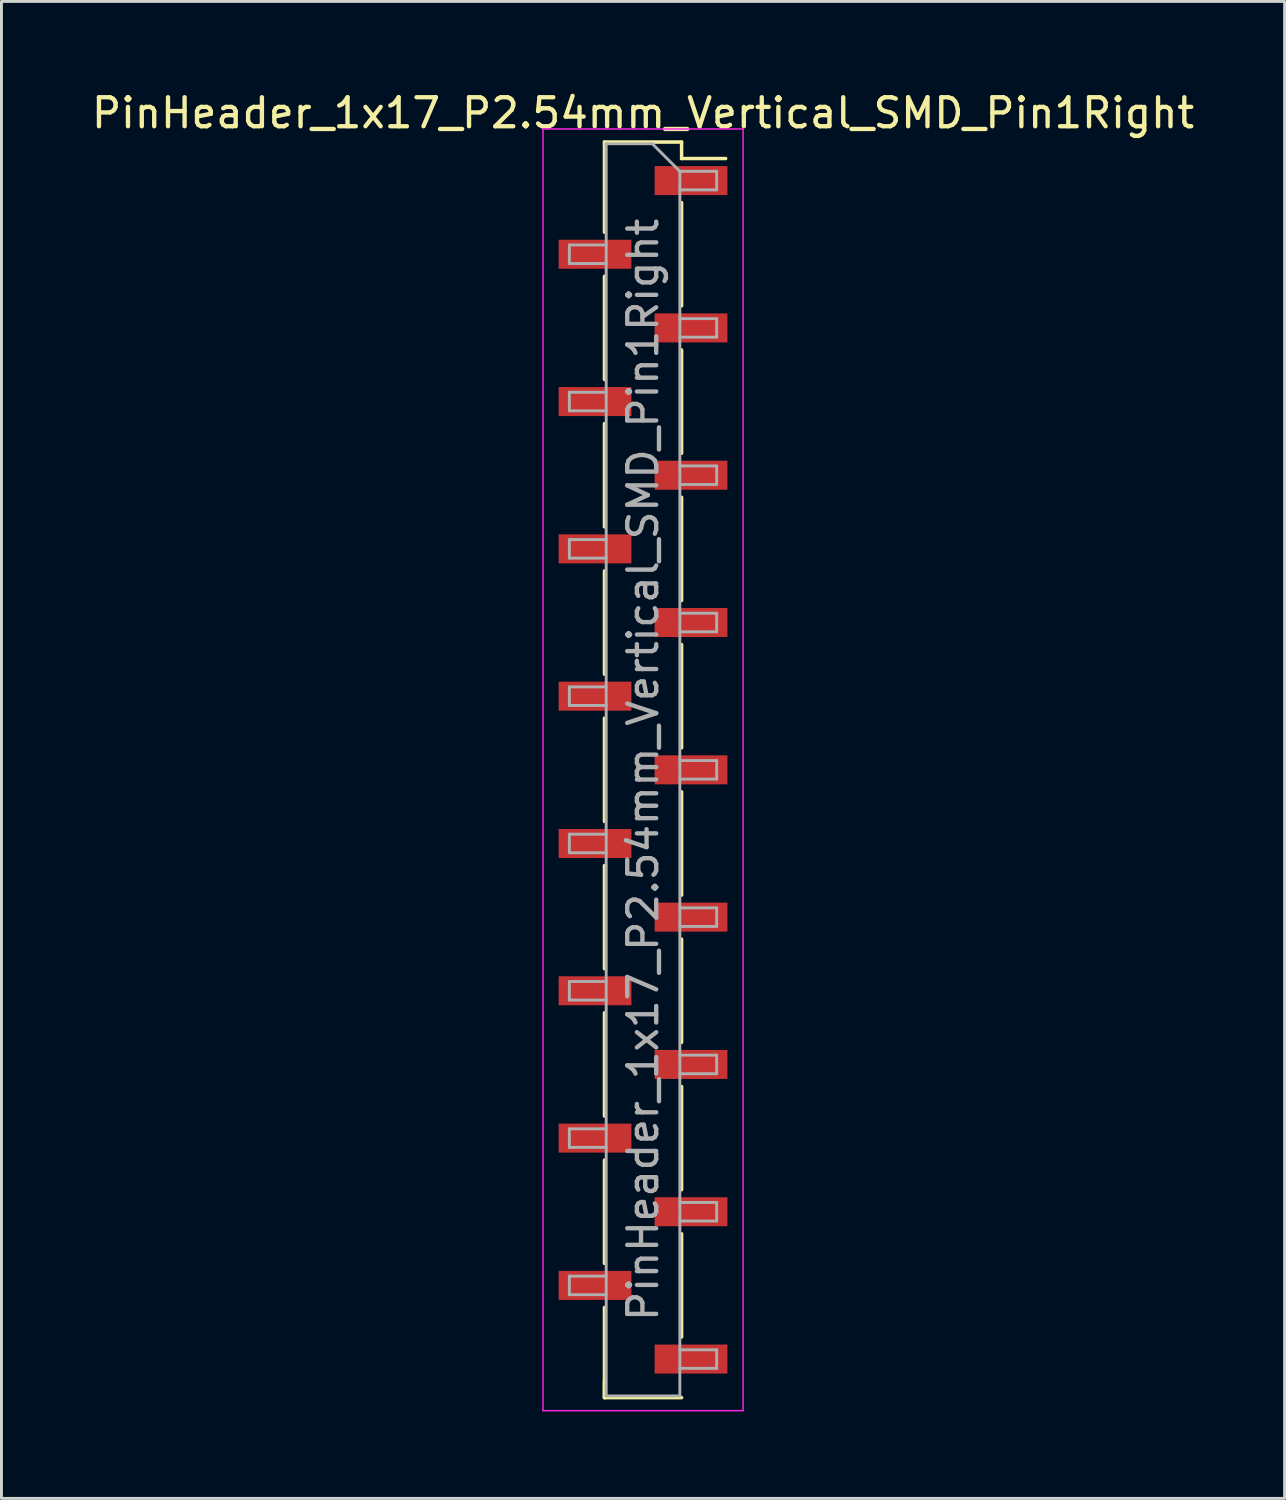
<source format=kicad_pcb>
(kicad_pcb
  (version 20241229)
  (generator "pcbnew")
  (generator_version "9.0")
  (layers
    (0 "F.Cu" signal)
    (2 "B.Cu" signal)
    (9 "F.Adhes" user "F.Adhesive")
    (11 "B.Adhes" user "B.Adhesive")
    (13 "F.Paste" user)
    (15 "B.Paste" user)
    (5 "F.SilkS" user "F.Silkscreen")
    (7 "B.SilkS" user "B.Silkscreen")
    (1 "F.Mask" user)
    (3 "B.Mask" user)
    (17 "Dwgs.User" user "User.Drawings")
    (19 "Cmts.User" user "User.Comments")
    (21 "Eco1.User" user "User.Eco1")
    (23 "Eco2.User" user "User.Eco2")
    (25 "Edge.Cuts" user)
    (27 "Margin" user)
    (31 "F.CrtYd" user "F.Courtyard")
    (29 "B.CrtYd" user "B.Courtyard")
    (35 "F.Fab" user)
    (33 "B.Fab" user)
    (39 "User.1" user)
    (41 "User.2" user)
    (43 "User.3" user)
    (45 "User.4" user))
  (footprint "PinHeader_1x17_P2.54mm_Vertical_SMD_Pin1Right"
    (layer "F.Cu")
    (at 19.125 23.498)
    (property "Reference" "PinHeader_1x17_P2.54mm_Vertical_SMD_Pin1Right" (at 0 -22.65 0) (layer "F.SilkS") (effects (font (size 1 1) (thickness 0.15))))
    (attr smd)
    (fp_line (start -1.33 -21.65) (end -1.33 -18.54) (stroke (width 0.12) (type solid)) (layer "F.SilkS"))
    (fp_line (start -1.33 -21.65) (end 1.33 -21.65) (stroke (width 0.12) (type solid)) (layer "F.SilkS"))
    (fp_line (start -1.33 -17.02) (end -1.33 -13.46) (stroke (width 0.12) (type solid)) (layer "F.SilkS"))
    (fp_line (start -1.33 -11.94) (end -1.33 -8.38) (stroke (width 0.12) (type solid)) (layer "F.SilkS"))
    (fp_line (start -1.33 -6.86) (end -1.33 -3.3) (stroke (width 0.12) (type solid)) (layer "F.SilkS"))
    (fp_line (start -1.33 -1.78) (end -1.33 1.78) (stroke (width 0.12) (type solid)) (layer "F.SilkS"))
    (fp_line (start -1.33 3.3) (end -1.33 6.86) (stroke (width 0.12) (type solid)) (layer "F.SilkS"))
    (fp_line (start -1.33 8.38) (end -1.33 11.94) (stroke (width 0.12) (type solid)) (layer "F.SilkS"))
    (fp_line (start -1.33 13.46) (end -1.33 17.02) (stroke (width 0.12) (type solid)) (layer "F.SilkS"))
    (fp_line (start -1.33 18.54) (end -1.33 21.65) (stroke (width 0.12) (type solid)) (layer "F.SilkS"))
    (fp_line (start -1.33 21.08) (end -1.33 21.65) (stroke (width 0.12) (type solid)) (layer "F.SilkS"))
    (fp_line (start -1.33 21.65) (end 1.33 21.65) (stroke (width 0.12) (type solid)) (layer "F.SilkS"))
    (fp_line (start 1.33 -21.65) (end 1.33 -21.08) (stroke (width 0.12) (type solid)) (layer "F.SilkS"))
    (fp_line (start 1.33 -21.08) (end 2.85 -21.08) (stroke (width 0.12) (type solid)) (layer "F.SilkS"))
    (fp_line (start 1.33 -19.56) (end 1.33 -16) (stroke (width 0.12) (type solid)) (layer "F.SilkS"))
    (fp_line (start 1.33 -14.48) (end 1.33 -10.92) (stroke (width 0.12) (type solid)) (layer "F.SilkS"))
    (fp_line (start 1.33 -9.4) (end 1.33 -5.84) (stroke (width 0.12) (type solid)) (layer "F.SilkS"))
    (fp_line (start 1.33 -4.32) (end 1.33 -0.76) (stroke (width 0.12) (type solid)) (layer "F.SilkS"))
    (fp_line (start 1.33 0.76) (end 1.33 4.32) (stroke (width 0.12) (type solid)) (layer "F.SilkS"))
    (fp_line (start 1.33 5.84) (end 1.33 9.4) (stroke (width 0.12) (type solid)) (layer "F.SilkS"))
    (fp_line (start 1.33 10.92) (end 1.33 14.48) (stroke (width 0.12) (type solid)) (layer "F.SilkS"))
    (fp_line (start 1.33 16) (end 1.33 19.56) (stroke (width 0.12) (type solid)) (layer "F.SilkS"))
    (fp_line (start -3.45 -22.1) (end -3.45 22.1) (stroke (width 0.05) (type solid)) (layer "F.CrtYd"))
    (fp_line (start -3.45 22.1) (end 3.45 22.1) (stroke (width 0.05) (type solid)) (layer "F.CrtYd"))
    (fp_line (start 3.45 -22.1) (end -3.45 -22.1) (stroke (width 0.05) (type solid)) (layer "F.CrtYd"))
    (fp_line (start 3.45 22.1) (end 3.45 -22.1) (stroke (width 0.05) (type solid)) (layer "F.CrtYd"))
    (fp_line (start -2.54 -18.1) (end -2.54 -17.46) (stroke (width 0.1) (type solid)) (layer "F.Fab"))
    (fp_line (start -2.54 -17.46) (end -1.27 -17.46) (stroke (width 0.1) (type solid)) (layer "F.Fab"))
    (fp_line (start -2.54 -13.02) (end -2.54 -12.38) (stroke (width 0.1) (type solid)) (layer "F.Fab"))
    (fp_line (start -2.54 -12.38) (end -1.27 -12.38) (stroke (width 0.1) (type solid)) (layer "F.Fab"))
    (fp_line (start -2.54 -7.94) (end -2.54 -7.3) (stroke (width 0.1) (type solid)) (layer "F.Fab"))
    (fp_line (start -2.54 -7.3) (end -1.27 -7.3) (stroke (width 0.1) (type solid)) (layer "F.Fab"))
    (fp_line (start -2.54 -2.86) (end -2.54 -2.22) (stroke (width 0.1) (type solid)) (layer "F.Fab"))
    (fp_line (start -2.54 -2.22) (end -1.27 -2.22) (stroke (width 0.1) (type solid)) (layer "F.Fab"))
    (fp_line (start -2.54 2.22) (end -2.54 2.86) (stroke (width 0.1) (type solid)) (layer "F.Fab"))
    (fp_line (start -2.54 2.86) (end -1.27 2.86) (stroke (width 0.1) (type solid)) (layer "F.Fab"))
    (fp_line (start -2.54 7.3) (end -2.54 7.94) (stroke (width 0.1) (type solid)) (layer "F.Fab"))
    (fp_line (start -2.54 7.94) (end -1.27 7.94) (stroke (width 0.1) (type solid)) (layer "F.Fab"))
    (fp_line (start -2.54 12.38) (end -2.54 13.02) (stroke (width 0.1) (type solid)) (layer "F.Fab"))
    (fp_line (start -2.54 13.02) (end -1.27 13.02) (stroke (width 0.1) (type solid)) (layer "F.Fab"))
    (fp_line (start -2.54 17.46) (end -2.54 18.1) (stroke (width 0.1) (type solid)) (layer "F.Fab"))
    (fp_line (start -2.54 18.1) (end -1.27 18.1) (stroke (width 0.1) (type solid)) (layer "F.Fab"))
    (fp_line (start -1.27 -21.59) (end -1.27 21.59) (stroke (width 0.1) (type solid)) (layer "F.Fab"))
    (fp_line (start -1.27 -21.59) (end 0.32 -21.59) (stroke (width 0.1) (type solid)) (layer "F.Fab"))
    (fp_line (start -1.27 -18.1) (end -2.54 -18.1) (stroke (width 0.1) (type solid)) (layer "F.Fab"))
    (fp_line (start -1.27 -13.02) (end -2.54 -13.02) (stroke (width 0.1) (type solid)) (layer "F.Fab"))
    (fp_line (start -1.27 -7.94) (end -2.54 -7.94) (stroke (width 0.1) (type solid)) (layer "F.Fab"))
    (fp_line (start -1.27 -2.86) (end -2.54 -2.86) (stroke (width 0.1) (type solid)) (layer "F.Fab"))
    (fp_line (start -1.27 2.22) (end -2.54 2.22) (stroke (width 0.1) (type solid)) (layer "F.Fab"))
    (fp_line (start -1.27 7.3) (end -2.54 7.3) (stroke (width 0.1) (type solid)) (layer "F.Fab"))
    (fp_line (start -1.27 12.38) (end -2.54 12.38) (stroke (width 0.1) (type solid)) (layer "F.Fab"))
    (fp_line (start -1.27 17.46) (end -2.54 17.46) (stroke (width 0.1) (type solid)) (layer "F.Fab"))
    (fp_line (start 1.27 -20.64) (end 0.32 -21.59) (stroke (width 0.1) (type solid)) (layer "F.Fab"))
    (fp_line (start 1.27 -20.64) (end 2.54 -20.64) (stroke (width 0.1) (type solid)) (layer "F.Fab"))
    (fp_line (start 1.27 -15.56) (end 2.54 -15.56) (stroke (width 0.1) (type solid)) (layer "F.Fab"))
    (fp_line (start 1.27 -10.48) (end 2.54 -10.48) (stroke (width 0.1) (type solid)) (layer "F.Fab"))
    (fp_line (start 1.27 -5.4) (end 2.54 -5.4) (stroke (width 0.1) (type solid)) (layer "F.Fab"))
    (fp_line (start 1.27 -0.32) (end 2.54 -0.32) (stroke (width 0.1) (type solid)) (layer "F.Fab"))
    (fp_line (start 1.27 4.76) (end 2.54 4.76) (stroke (width 0.1) (type solid)) (layer "F.Fab"))
    (fp_line (start 1.27 9.84) (end 2.54 9.84) (stroke (width 0.1) (type solid)) (layer "F.Fab"))
    (fp_line (start 1.27 14.92) (end 2.54 14.92) (stroke (width 0.1) (type solid)) (layer "F.Fab"))
    (fp_line (start 1.27 20) (end 2.54 20) (stroke (width 0.1) (type solid)) (layer "F.Fab"))
    (fp_line (start 1.27 21.59) (end -1.27 21.59) (stroke (width 0.1) (type solid)) (layer "F.Fab"))
    (fp_line (start 1.27 21.59) (end 1.27 -20.64) (stroke (width 0.1) (type solid)) (layer "F.Fab"))
    (fp_line (start 2.54 -20.64) (end 2.54 -20) (stroke (width 0.1) (type solid)) (layer "F.Fab"))
    (fp_line (start 2.54 -20) (end 1.27 -20) (stroke (width 0.1) (type solid)) (layer "F.Fab"))
    (fp_line (start 2.54 -15.56) (end 2.54 -14.92) (stroke (width 0.1) (type solid)) (layer "F.Fab"))
    (fp_line (start 2.54 -14.92) (end 1.27 -14.92) (stroke (width 0.1) (type solid)) (layer "F.Fab"))
    (fp_line (start 2.54 -10.48) (end 2.54 -9.84) (stroke (width 0.1) (type solid)) (layer "F.Fab"))
    (fp_line (start 2.54 -9.84) (end 1.27 -9.84) (stroke (width 0.1) (type solid)) (layer "F.Fab"))
    (fp_line (start 2.54 -5.4) (end 2.54 -4.76) (stroke (width 0.1) (type solid)) (layer "F.Fab"))
    (fp_line (start 2.54 -4.76) (end 1.27 -4.76) (stroke (width 0.1) (type solid)) (layer "F.Fab"))
    (fp_line (start 2.54 -0.32) (end 2.54 0.32) (stroke (width 0.1) (type solid)) (layer "F.Fab"))
    (fp_line (start 2.54 0.32) (end 1.27 0.32) (stroke (width 0.1) (type solid)) (layer "F.Fab"))
    (fp_line (start 2.54 4.76) (end 2.54 5.4) (stroke (width 0.1) (type solid)) (layer "F.Fab"))
    (fp_line (start 2.54 5.4) (end 1.27 5.4) (stroke (width 0.1) (type solid)) (layer "F.Fab"))
    (fp_line (start 2.54 9.84) (end 2.54 10.48) (stroke (width 0.1) (type solid)) (layer "F.Fab"))
    (fp_line (start 2.54 10.48) (end 1.27 10.48) (stroke (width 0.1) (type solid)) (layer "F.Fab"))
    (fp_line (start 2.54 14.92) (end 2.54 15.56) (stroke (width 0.1) (type solid)) (layer "F.Fab"))
    (fp_line (start 2.54 15.56) (end 1.27 15.56) (stroke (width 0.1) (type solid)) (layer "F.Fab"))
    (fp_line (start 2.54 20) (end 2.54 20.64) (stroke (width 0.1) (type solid)) (layer "F.Fab"))
    (fp_line (start 2.54 20.64) (end 1.27 20.64) (stroke (width 0.1) (type solid)) (layer "F.Fab"))
    (fp_text user "${REFERENCE}" (at 0 0 90) (layer "F.Fab") (effects (font (size 1 1) (thickness 0.15))))
    (pad "1" smd rect (at 1.655 -20.32) (size 2.51 1) (layers "F.Cu" "F.Mask" "F.Paste"))
    (pad "2" smd rect (at -1.655 -17.78) (size 2.51 1) (layers "F.Cu" "F.Mask" "F.Paste"))
    (pad "3" smd rect (at 1.655 -15.24) (size 2.51 1) (layers "F.Cu" "F.Mask" "F.Paste"))
    (pad "4" smd rect (at -1.655 -12.7) (size 2.51 1) (layers "F.Cu" "F.Mask" "F.Paste"))
    (pad "5" smd rect (at 1.655 -10.16) (size 2.51 1) (layers "F.Cu" "F.Mask" "F.Paste"))
    (pad "6" smd rect (at -1.655 -7.62) (size 2.51 1) (layers "F.Cu" "F.Mask" "F.Paste"))
    (pad "7" smd rect (at 1.655 -5.08) (size 2.51 1) (layers "F.Cu" "F.Mask" "F.Paste"))
    (pad "8" smd rect (at -1.655 -2.54) (size 2.51 1) (layers "F.Cu" "F.Mask" "F.Paste"))
    (pad "9" smd rect (at 1.655 0) (size 2.51 1) (layers "F.Cu" "F.Mask" "F.Paste"))
    (pad "10" smd rect (at -1.655 2.54) (size 2.51 1) (layers "F.Cu" "F.Mask" "F.Paste"))
    (pad "11" smd rect (at 1.655 5.08) (size 2.51 1) (layers "F.Cu" "F.Mask" "F.Paste"))
    (pad "12" smd rect (at -1.655 7.62) (size 2.51 1) (layers "F.Cu" "F.Mask" "F.Paste"))
    (pad "13" smd rect (at 1.655 10.16) (size 2.51 1) (layers "F.Cu" "F.Mask" "F.Paste"))
    (pad "14" smd rect (at -1.655 12.7) (size 2.51 1) (layers "F.Cu" "F.Mask" "F.Paste"))
    (pad "15" smd rect (at 1.655 15.24) (size 2.51 1) (layers "F.Cu" "F.Mask" "F.Paste"))
    (pad "16" smd rect (at -1.655 17.78) (size 2.51 1) (layers "F.Cu" "F.Mask" "F.Paste"))
    (pad "17" smd rect (at 1.655 20.32) (size 2.51 1) (layers "F.Cu" "F.Mask" "F.Paste")))
  (gr_rect
    (start -3 -3)
    (end 41.25 48.623)
    (stroke (width 0.1) (type default))
    (fill no)
    (layer "Edge.Cuts")))
</source>
